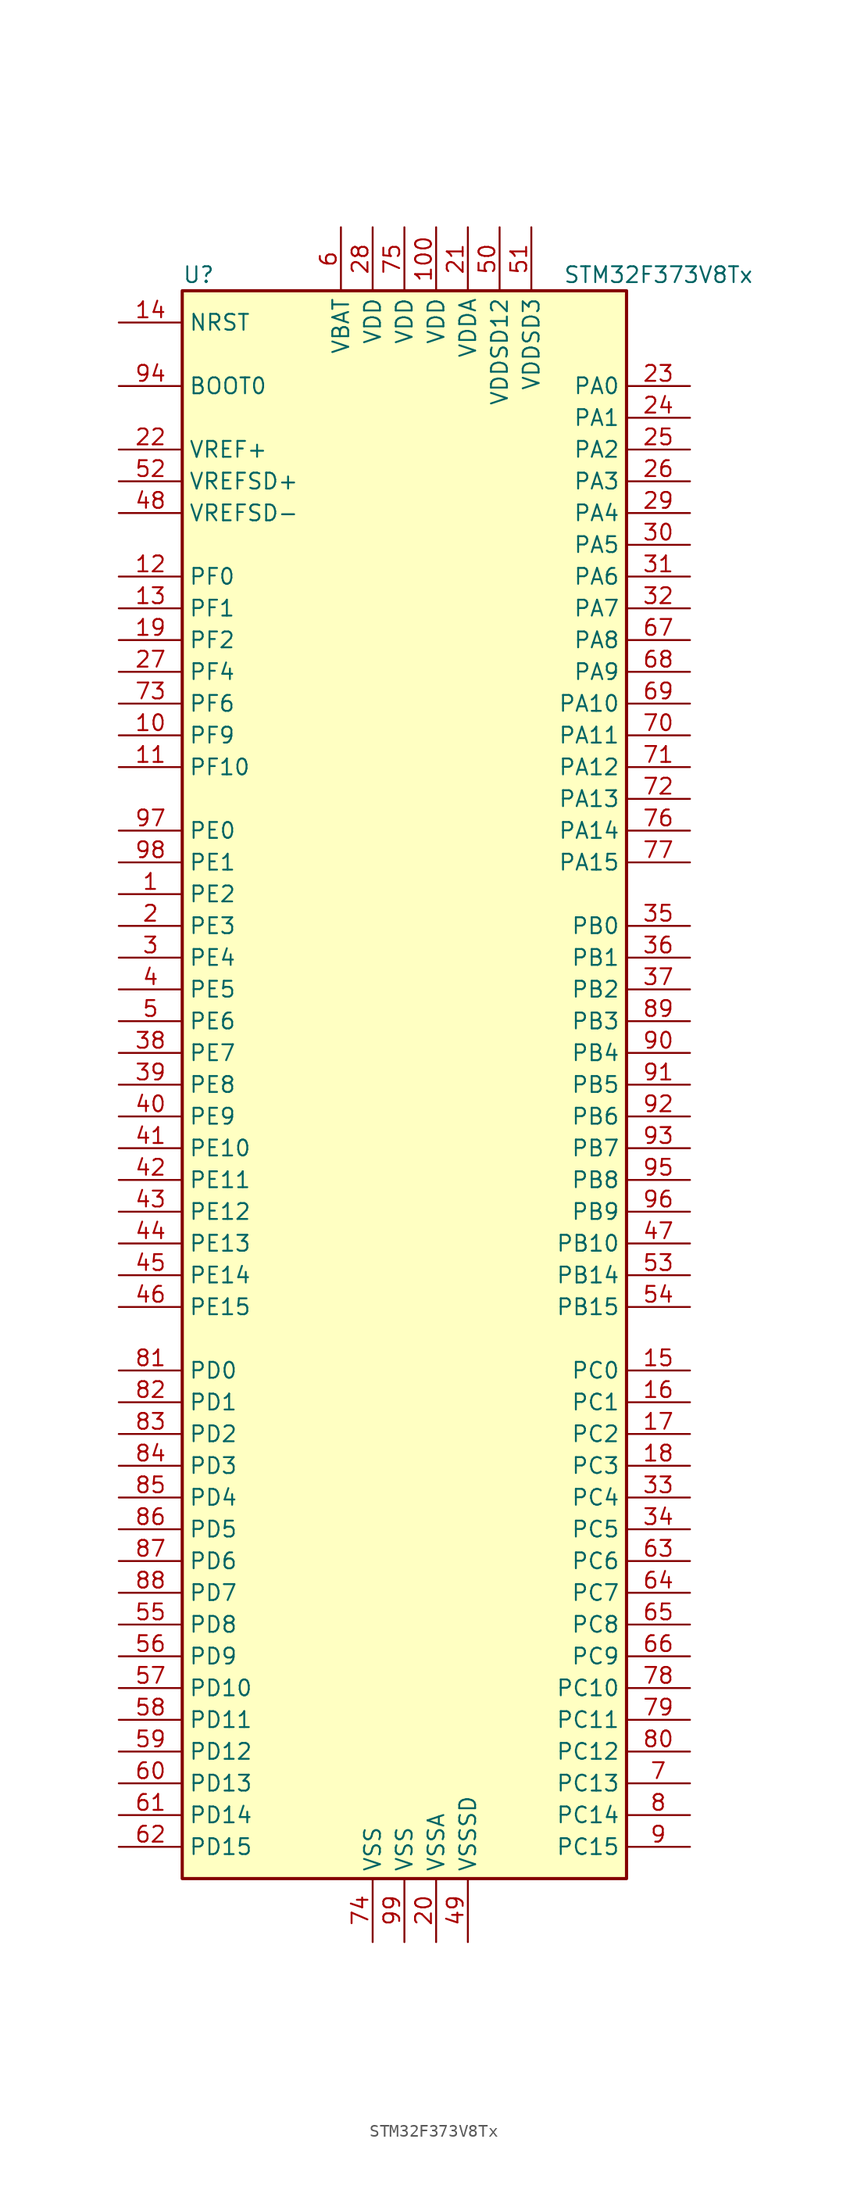
<source format=kicad_sym>
(kicad_symbol_lib
  (version 20201005)
  (generator kicad_symbol_editor)
  (symbol "STM32F373V8Tx"
    (property "Reference" "U"
      (at -17.78 64.77 0)
      (effects (font (size 1.27 1.27)) (justify left)))
    (property "Value" "STM32F373V8Tx"
      (at 12.7 64.77 0)
      (effects (font (size 1.27 1.27)) (justify left)))
    (symbol "STM32F373V8Tx_0_1"
      (rectangle (start -17.78 -63.5) (end 17.78 63.5) (stroke (width 0.254)) (fill (type background))))
    (symbol "STM32F373V8Tx_1_1"
      (pin bidirectional line (at -22.86 15.24 0) (length 5.08) (name "PE2" (effects (font (size 1.27 1.27)))) (number "1" (effects (font (size 1.27 1.27)))))
      (pin bidirectional line (at -22.86 27.94 0) (length 5.08) (name "PF9" (effects (font (size 1.27 1.27)))) (number "10" (effects (font (size 1.27 1.27)))))
      (pin power_in line (at 2.54 68.58 270) (length 5.08) (name "VDD" (effects (font (size 1.27 1.27)))) (number "100" (effects (font (size 1.27 1.27)))))
      (pin bidirectional line (at -22.86 25.4 0) (length 5.08) (name "PF10" (effects (font (size 1.27 1.27)))) (number "11" (effects (font (size 1.27 1.27)))))
      (pin input line (at -22.86 40.64 0) (length 5.08) (name "PF0" (effects (font (size 1.27 1.27)))) (number "12" (effects (font (size 1.27 1.27)))))
      (pin input line (at -22.86 38.1 0) (length 5.08) (name "PF1" (effects (font (size 1.27 1.27)))) (number "13" (effects (font (size 1.27 1.27)))))
      (pin input line (at -22.86 60.96 0) (length 5.08) (name "NRST" (effects (font (size 1.27 1.27)))) (number "14" (effects (font (size 1.27 1.27)))))
      (pin bidirectional line (at 22.86 -22.86 180) (length 5.08) (name "PC0" (effects (font (size 1.27 1.27)))) (number "15" (effects (font (size 1.27 1.27)))))
      (pin bidirectional line (at 22.86 -25.4 180) (length 5.08) (name "PC1" (effects (font (size 1.27 1.27)))) (number "16" (effects (font (size 1.27 1.27)))))
      (pin bidirectional line (at 22.86 -27.94 180) (length 5.08) (name "PC2" (effects (font (size 1.27 1.27)))) (number "17" (effects (font (size 1.27 1.27)))))
      (pin bidirectional line (at 22.86 -30.48 180) (length 5.08) (name "PC3" (effects (font (size 1.27 1.27)))) (number "18" (effects (font (size 1.27 1.27)))))
      (pin bidirectional line (at -22.86 35.56 0) (length 5.08) (name "PF2" (effects (font (size 1.27 1.27)))) (number "19" (effects (font (size 1.27 1.27)))))
      (pin bidirectional line (at -22.86 12.7 0) (length 5.08) (name "PE3" (effects (font (size 1.27 1.27)))) (number "2" (effects (font (size 1.27 1.27)))))
      (pin power_in line (at 2.54 -68.58 90) (length 5.08) (name "VSSA" (effects (font (size 1.27 1.27)))) (number "20" (effects (font (size 1.27 1.27)))))
      (pin power_in line (at 5.08 68.58 270) (length 5.08) (name "VDDA" (effects (font (size 1.27 1.27)))) (number "21" (effects (font (size 1.27 1.27)))))
      (pin power_in line (at -22.86 50.8 0) (length 5.08) (name "VREF+" (effects (font (size 1.27 1.27)))) (number "22" (effects (font (size 1.27 1.27)))))
      (pin bidirectional line (at 22.86 55.88 180) (length 5.08) (name "PA0" (effects (font (size 1.27 1.27)))) (number "23" (effects (font (size 1.27 1.27)))))
      (pin bidirectional line (at 22.86 53.34 180) (length 5.08) (name "PA1" (effects (font (size 1.27 1.27)))) (number "24" (effects (font (size 1.27 1.27)))))
      (pin bidirectional line (at 22.86 50.8 180) (length 5.08) (name "PA2" (effects (font (size 1.27 1.27)))) (number "25" (effects (font (size 1.27 1.27)))))
      (pin bidirectional line (at 22.86 48.26 180) (length 5.08) (name "PA3" (effects (font (size 1.27 1.27)))) (number "26" (effects (font (size 1.27 1.27)))))
      (pin bidirectional line (at -22.86 33.02 0) (length 5.08) (name "PF4" (effects (font (size 1.27 1.27)))) (number "27" (effects (font (size 1.27 1.27)))))
      (pin power_in line (at -2.54 68.58 270) (length 5.08) (name "VDD" (effects (font (size 1.27 1.27)))) (number "28" (effects (font (size 1.27 1.27)))))
      (pin bidirectional line (at 22.86 45.72 180) (length 5.08) (name "PA4" (effects (font (size 1.27 1.27)))) (number "29" (effects (font (size 1.27 1.27)))))
      (pin bidirectional line (at -22.86 10.16 0) (length 5.08) (name "PE4" (effects (font (size 1.27 1.27)))) (number "3" (effects (font (size 1.27 1.27)))))
      (pin bidirectional line (at 22.86 43.18 180) (length 5.08) (name "PA5" (effects (font (size 1.27 1.27)))) (number "30" (effects (font (size 1.27 1.27)))))
      (pin bidirectional line (at 22.86 40.64 180) (length 5.08) (name "PA6" (effects (font (size 1.27 1.27)))) (number "31" (effects (font (size 1.27 1.27)))))
      (pin bidirectional line (at 22.86 38.1 180) (length 5.08) (name "PA7" (effects (font (size 1.27 1.27)))) (number "32" (effects (font (size 1.27 1.27)))))
      (pin bidirectional line (at 22.86 -33.02 180) (length 5.08) (name "PC4" (effects (font (size 1.27 1.27)))) (number "33" (effects (font (size 1.27 1.27)))))
      (pin bidirectional line (at 22.86 -35.56 180) (length 5.08) (name "PC5" (effects (font (size 1.27 1.27)))) (number "34" (effects (font (size 1.27 1.27)))))
      (pin bidirectional line (at 22.86 12.7 180) (length 5.08) (name "PB0" (effects (font (size 1.27 1.27)))) (number "35" (effects (font (size 1.27 1.27)))))
      (pin bidirectional line (at 22.86 10.16 180) (length 5.08) (name "PB1" (effects (font (size 1.27 1.27)))) (number "36" (effects (font (size 1.27 1.27)))))
      (pin bidirectional line (at 22.86 7.62 180) (length 5.08) (name "PB2" (effects (font (size 1.27 1.27)))) (number "37" (effects (font (size 1.27 1.27)))))
      (pin bidirectional line (at -22.86 2.54 0) (length 5.08) (name "PE7" (effects (font (size 1.27 1.27)))) (number "38" (effects (font (size 1.27 1.27)))))
      (pin bidirectional line (at -22.86 0 0) (length 5.08) (name "PE8" (effects (font (size 1.27 1.27)))) (number "39" (effects (font (size 1.27 1.27)))))
      (pin bidirectional line (at -22.86 7.62 0) (length 5.08) (name "PE5" (effects (font (size 1.27 1.27)))) (number "4" (effects (font (size 1.27 1.27)))))
      (pin bidirectional line (at -22.86 -2.54 0) (length 5.08) (name "PE9" (effects (font (size 1.27 1.27)))) (number "40" (effects (font (size 1.27 1.27)))))
      (pin bidirectional line (at -22.86 -5.08 0) (length 5.08) (name "PE10" (effects (font (size 1.27 1.27)))) (number "41" (effects (font (size 1.27 1.27)))))
      (pin bidirectional line (at -22.86 -7.62 0) (length 5.08) (name "PE11" (effects (font (size 1.27 1.27)))) (number "42" (effects (font (size 1.27 1.27)))))
      (pin bidirectional line (at -22.86 -10.16 0) (length 5.08) (name "PE12" (effects (font (size 1.27 1.27)))) (number "43" (effects (font (size 1.27 1.27)))))
      (pin bidirectional line (at -22.86 -12.7 0) (length 5.08) (name "PE13" (effects (font (size 1.27 1.27)))) (number "44" (effects (font (size 1.27 1.27)))))
      (pin bidirectional line (at -22.86 -15.24 0) (length 5.08) (name "PE14" (effects (font (size 1.27 1.27)))) (number "45" (effects (font (size 1.27 1.27)))))
      (pin bidirectional line (at -22.86 -17.78 0) (length 5.08) (name "PE15" (effects (font (size 1.27 1.27)))) (number "46" (effects (font (size 1.27 1.27)))))
      (pin bidirectional line (at 22.86 -12.7 180) (length 5.08) (name "PB10" (effects (font (size 1.27 1.27)))) (number "47" (effects (font (size 1.27 1.27)))))
      (pin power_in line (at -22.86 45.72 0) (length 5.08) (name "VREFSD-" (effects (font (size 1.27 1.27)))) (number "48" (effects (font (size 1.27 1.27)))))
      (pin power_in line (at 5.08 -68.58 90) (length 5.08) (name "VSSSD" (effects (font (size 1.27 1.27)))) (number "49" (effects (font (size 1.27 1.27)))))
      (pin bidirectional line (at -22.86 5.08 0) (length 5.08) (name "PE6" (effects (font (size 1.27 1.27)))) (number "5" (effects (font (size 1.27 1.27)))))
      (pin power_in line (at 7.62 68.58 270) (length 5.08) (name "VDDSD12" (effects (font (size 1.27 1.27)))) (number "50" (effects (font (size 1.27 1.27)))))
      (pin power_in line (at 10.16 68.58 270) (length 5.08) (name "VDDSD3" (effects (font (size 1.27 1.27)))) (number "51" (effects (font (size 1.27 1.27)))))
      (pin power_in line (at -22.86 48.26 0) (length 5.08) (name "VREFSD+" (effects (font (size 1.27 1.27)))) (number "52" (effects (font (size 1.27 1.27)))))
      (pin bidirectional line (at 22.86 -15.24 180) (length 5.08) (name "PB14" (effects (font (size 1.27 1.27)))) (number "53" (effects (font (size 1.27 1.27)))))
      (pin bidirectional line (at 22.86 -17.78 180) (length 5.08) (name "PB15" (effects (font (size 1.27 1.27)))) (number "54" (effects (font (size 1.27 1.27)))))
      (pin bidirectional line (at -22.86 -43.18 0) (length 5.08) (name "PD8" (effects (font (size 1.27 1.27)))) (number "55" (effects (font (size 1.27 1.27)))))
      (pin bidirectional line (at -22.86 -45.72 0) (length 5.08) (name "PD9" (effects (font (size 1.27 1.27)))) (number "56" (effects (font (size 1.27 1.27)))))
      (pin bidirectional line (at -22.86 -48.26 0) (length 5.08) (name "PD10" (effects (font (size 1.27 1.27)))) (number "57" (effects (font (size 1.27 1.27)))))
      (pin bidirectional line (at -22.86 -50.8 0) (length 5.08) (name "PD11" (effects (font (size 1.27 1.27)))) (number "58" (effects (font (size 1.27 1.27)))))
      (pin bidirectional line (at -22.86 -53.34 0) (length 5.08) (name "PD12" (effects (font (size 1.27 1.27)))) (number "59" (effects (font (size 1.27 1.27)))))
      (pin power_in line (at -5.08 68.58 270) (length 5.08) (name "VBAT" (effects (font (size 1.27 1.27)))) (number "6" (effects (font (size 1.27 1.27)))))
      (pin bidirectional line (at -22.86 -55.88 0) (length 5.08) (name "PD13" (effects (font (size 1.27 1.27)))) (number "60" (effects (font (size 1.27 1.27)))))
      (pin bidirectional line (at -22.86 -58.42 0) (length 5.08) (name "PD14" (effects (font (size 1.27 1.27)))) (number "61" (effects (font (size 1.27 1.27)))))
      (pin bidirectional line (at -22.86 -60.96 0) (length 5.08) (name "PD15" (effects (font (size 1.27 1.27)))) (number "62" (effects (font (size 1.27 1.27)))))
      (pin bidirectional line (at 22.86 -38.1 180) (length 5.08) (name "PC6" (effects (font (size 1.27 1.27)))) (number "63" (effects (font (size 1.27 1.27)))))
      (pin bidirectional line (at 22.86 -40.64 180) (length 5.08) (name "PC7" (effects (font (size 1.27 1.27)))) (number "64" (effects (font (size 1.27 1.27)))))
      (pin bidirectional line (at 22.86 -43.18 180) (length 5.08) (name "PC8" (effects (font (size 1.27 1.27)))) (number "65" (effects (font (size 1.27 1.27)))))
      (pin bidirectional line (at 22.86 -45.72 180) (length 5.08) (name "PC9" (effects (font (size 1.27 1.27)))) (number "66" (effects (font (size 1.27 1.27)))))
      (pin bidirectional line (at 22.86 35.56 180) (length 5.08) (name "PA8" (effects (font (size 1.27 1.27)))) (number "67" (effects (font (size 1.27 1.27)))))
      (pin bidirectional line (at 22.86 33.02 180) (length 5.08) (name "PA9" (effects (font (size 1.27 1.27)))) (number "68" (effects (font (size 1.27 1.27)))))
      (pin bidirectional line (at 22.86 30.48 180) (length 5.08) (name "PA10" (effects (font (size 1.27 1.27)))) (number "69" (effects (font (size 1.27 1.27)))))
      (pin bidirectional line (at 22.86 -55.88 180) (length 5.08) (name "PC13" (effects (font (size 1.27 1.27)))) (number "7" (effects (font (size 1.27 1.27)))))
      (pin bidirectional line (at 22.86 27.94 180) (length 5.08) (name "PA11" (effects (font (size 1.27 1.27)))) (number "70" (effects (font (size 1.27 1.27)))))
      (pin bidirectional line (at 22.86 25.4 180) (length 5.08) (name "PA12" (effects (font (size 1.27 1.27)))) (number "71" (effects (font (size 1.27 1.27)))))
      (pin bidirectional line (at 22.86 22.86 180) (length 5.08) (name "PA13" (effects (font (size 1.27 1.27)))) (number "72" (effects (font (size 1.27 1.27)))))
      (pin bidirectional line (at -22.86 30.48 0) (length 5.08) (name "PF6" (effects (font (size 1.27 1.27)))) (number "73" (effects (font (size 1.27 1.27)))))
      (pin power_in line (at -2.54 -68.58 90) (length 5.08) (name "VSS" (effects (font (size 1.27 1.27)))) (number "74" (effects (font (size 1.27 1.27)))))
      (pin power_in line (at 0 68.58 270) (length 5.08) (name "VDD" (effects (font (size 1.27 1.27)))) (number "75" (effects (font (size 1.27 1.27)))))
      (pin bidirectional line (at 22.86 20.32 180) (length 5.08) (name "PA14" (effects (font (size 1.27 1.27)))) (number "76" (effects (font (size 1.27 1.27)))))
      (pin bidirectional line (at 22.86 17.78 180) (length 5.08) (name "PA15" (effects (font (size 1.27 1.27)))) (number "77" (effects (font (size 1.27 1.27)))))
      (pin bidirectional line (at 22.86 -48.26 180) (length 5.08) (name "PC10" (effects (font (size 1.27 1.27)))) (number "78" (effects (font (size 1.27 1.27)))))
      (pin bidirectional line (at 22.86 -50.8 180) (length 5.08) (name "PC11" (effects (font (size 1.27 1.27)))) (number "79" (effects (font (size 1.27 1.27)))))
      (pin bidirectional line (at 22.86 -58.42 180) (length 5.08) (name "PC14" (effects (font (size 1.27 1.27)))) (number "8" (effects (font (size 1.27 1.27)))))
      (pin bidirectional line (at 22.86 -53.34 180) (length 5.08) (name "PC12" (effects (font (size 1.27 1.27)))) (number "80" (effects (font (size 1.27 1.27)))))
      (pin bidirectional line (at -22.86 -22.86 0) (length 5.08) (name "PD0" (effects (font (size 1.27 1.27)))) (number "81" (effects (font (size 1.27 1.27)))))
      (pin bidirectional line (at -22.86 -25.4 0) (length 5.08) (name "PD1" (effects (font (size 1.27 1.27)))) (number "82" (effects (font (size 1.27 1.27)))))
      (pin bidirectional line (at -22.86 -27.94 0) (length 5.08) (name "PD2" (effects (font (size 1.27 1.27)))) (number "83" (effects (font (size 1.27 1.27)))))
      (pin bidirectional line (at -22.86 -30.48 0) (length 5.08) (name "PD3" (effects (font (size 1.27 1.27)))) (number "84" (effects (font (size 1.27 1.27)))))
      (pin bidirectional line (at -22.86 -33.02 0) (length 5.08) (name "PD4" (effects (font (size 1.27 1.27)))) (number "85" (effects (font (size 1.27 1.27)))))
      (pin bidirectional line (at -22.86 -35.56 0) (length 5.08) (name "PD5" (effects (font (size 1.27 1.27)))) (number "86" (effects (font (size 1.27 1.27)))))
      (pin bidirectional line (at -22.86 -38.1 0) (length 5.08) (name "PD6" (effects (font (size 1.27 1.27)))) (number "87" (effects (font (size 1.27 1.27)))))
      (pin bidirectional line (at -22.86 -40.64 0) (length 5.08) (name "PD7" (effects (font (size 1.27 1.27)))) (number "88" (effects (font (size 1.27 1.27)))))
      (pin bidirectional line (at 22.86 5.08 180) (length 5.08) (name "PB3" (effects (font (size 1.27 1.27)))) (number "89" (effects (font (size 1.27 1.27)))))
      (pin bidirectional line (at 22.86 -60.96 180) (length 5.08) (name "PC15" (effects (font (size 1.27 1.27)))) (number "9" (effects (font (size 1.27 1.27)))))
      (pin bidirectional line (at 22.86 2.54 180) (length 5.08) (name "PB4" (effects (font (size 1.27 1.27)))) (number "90" (effects (font (size 1.27 1.27)))))
      (pin bidirectional line (at 22.86 0 180) (length 5.08) (name "PB5" (effects (font (size 1.27 1.27)))) (number "91" (effects (font (size 1.27 1.27)))))
      (pin bidirectional line (at 22.86 -2.54 180) (length 5.08) (name "PB6" (effects (font (size 1.27 1.27)))) (number "92" (effects (font (size 1.27 1.27)))))
      (pin bidirectional line (at 22.86 -5.08 180) (length 5.08) (name "PB7" (effects (font (size 1.27 1.27)))) (number "93" (effects (font (size 1.27 1.27)))))
      (pin input line (at -22.86 55.88 0) (length 5.08) (name "BOOT0" (effects (font (size 1.27 1.27)))) (number "94" (effects (font (size 1.27 1.27)))))
      (pin bidirectional line (at 22.86 -7.62 180) (length 5.08) (name "PB8" (effects (font (size 1.27 1.27)))) (number "95" (effects (font (size 1.27 1.27)))))
      (pin bidirectional line (at 22.86 -10.16 180) (length 5.08) (name "PB9" (effects (font (size 1.27 1.27)))) (number "96" (effects (font (size 1.27 1.27)))))
      (pin bidirectional line (at -22.86 20.32 0) (length 5.08) (name "PE0" (effects (font (size 1.27 1.27)))) (number "97" (effects (font (size 1.27 1.27)))))
      (pin bidirectional line (at -22.86 17.78 0) (length 5.08) (name "PE1" (effects (font (size 1.27 1.27)))) (number "98" (effects (font (size 1.27 1.27)))))
      (pin power_in line (at 0 -68.58 90) (length 5.08) (name "VSS" (effects (font (size 1.27 1.27)))) (number "99" (effects (font (size 1.27 1.27))))))))
</source>
